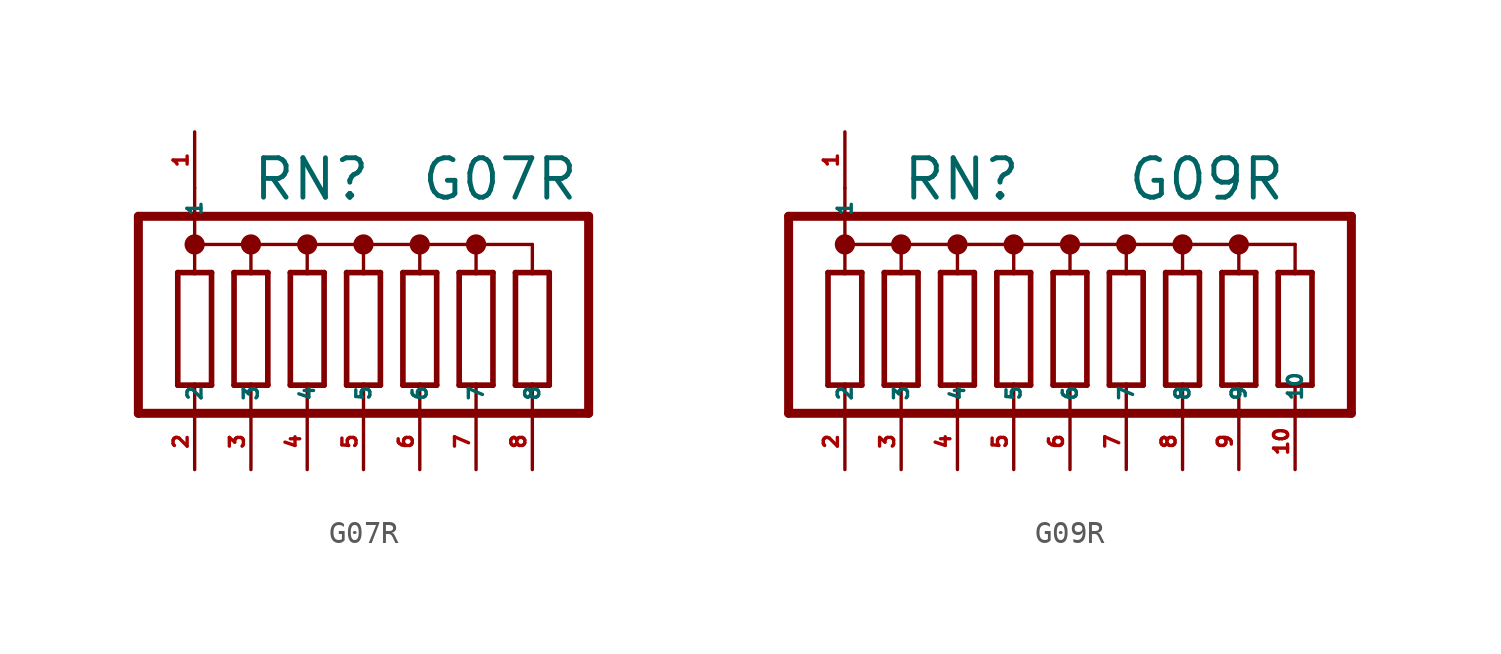
<source format=kicad_sym>
(kicad_symbol_lib
  (version 20220914)
  (generator Eagle2Kicad)
  (symbol "G07R"
    (property "Reference" "RN"
      (at -5.08 6.985 0)
      (effects (font (size 1.778 1.778) (thickness 0.22)) (justify left bottom)))
    (property "Value" "G07R"
      (at 2.54 6.985 0)
      (effects (font (size 1.778 1.778) (thickness 0.22)) (justify left bottom)))
    (polyline
      (pts (xy -6.858 -1.27) (xy -6.858 3.81))
      (stroke (width 0.254) (type default))
      (fill (type none)))
    (polyline
      (pts (xy -8.382 3.81) (xy -8.382 -1.27))
      (stroke (width 0.254) (type default))
      (fill (type none)))
    (polyline
      (pts (xy -6.858 3.81) (xy -7.62 3.81))
      (stroke (width 0.254) (type default))
      (fill (type none)))
    (polyline
      (pts (xy -8.382 -1.27) (xy -7.62 -1.27))
      (stroke (width 0.254) (type default))
      (fill (type none)))
    (polyline
      (pts (xy -7.62 -1.27) (xy -7.62 -2.54))
      (stroke (width 0.152) (type default))
      (fill (type none)))
    (polyline
      (pts (xy -7.62 -1.27) (xy -6.858 -1.27))
      (stroke (width 0.254) (type default))
      (fill (type none)))
    (polyline
      (pts (xy -7.62 5.08) (xy -7.62 3.81))
      (stroke (width 0.152) (type default))
      (fill (type none)))
    (polyline
      (pts (xy -7.62 3.81) (xy -8.382 3.81))
      (stroke (width 0.254) (type default))
      (fill (type none)))
    (polyline
      (pts (xy -7.62 5.08) (xy -5.08 5.08))
      (stroke (width 0.152) (type default))
      (fill (type none)))
    (polyline
      (pts (xy -5.08 5.08) (xy -5.08 3.81))
      (stroke (width 0.152) (type default))
      (fill (type none)))
    (polyline
      (pts (xy -5.08 5.08) (xy -2.54 5.08))
      (stroke (width 0.152) (type default))
      (fill (type none)))
    (polyline
      (pts (xy -2.54 5.08) (xy -2.54 3.81))
      (stroke (width 0.152) (type default))
      (fill (type none)))
    (polyline
      (pts (xy -2.54 5.08) (xy 0 5.08))
      (stroke (width 0.152) (type default))
      (fill (type none)))
    (polyline
      (pts (xy 0 5.08) (xy 0 3.81))
      (stroke (width 0.152) (type default))
      (fill (type none)))
    (polyline
      (pts (xy 0 5.08) (xy 2.54 5.08))
      (stroke (width 0.152) (type default))
      (fill (type none)))
    (polyline
      (pts (xy 2.54 5.08) (xy 2.54 3.81))
      (stroke (width 0.152) (type default))
      (fill (type none)))
    (polyline
      (pts (xy 2.54 -2.54) (xy 2.54 -1.27))
      (stroke (width 0.152) (type default))
      (fill (type none)))
    (polyline
      (pts (xy 0 -2.54) (xy 0 -1.27))
      (stroke (width 0.152) (type default))
      (fill (type none)))
    (polyline
      (pts (xy -2.54 -2.54) (xy -2.54 -1.27))
      (stroke (width 0.152) (type default))
      (fill (type none)))
    (polyline
      (pts (xy -5.08 -2.54) (xy -5.08 -1.27))
      (stroke (width 0.152) (type default))
      (fill (type none)))
    (polyline
      (pts (xy -5.08 -1.27) (xy -4.318 -1.27))
      (stroke (width 0.254) (type default))
      (fill (type none)))
    (polyline
      (pts (xy -5.842 -1.27) (xy -5.08 -1.27))
      (stroke (width 0.254) (type default))
      (fill (type none)))
    (polyline
      (pts (xy -4.318 3.81) (xy -5.08 3.81))
      (stroke (width 0.254) (type default))
      (fill (type none)))
    (polyline
      (pts (xy -5.08 3.81) (xy -5.842 3.81))
      (stroke (width 0.254) (type default))
      (fill (type none)))
    (polyline
      (pts (xy -4.318 -1.27) (xy -4.318 3.81))
      (stroke (width 0.254) (type default))
      (fill (type none)))
    (polyline
      (pts (xy -5.842 3.81) (xy -5.842 -1.27))
      (stroke (width 0.254) (type default))
      (fill (type none)))
    (polyline
      (pts (xy -1.778 -1.27) (xy -1.778 3.81))
      (stroke (width 0.254) (type default))
      (fill (type none)))
    (polyline
      (pts (xy 0.762 -1.27) (xy 0.762 3.81))
      (stroke (width 0.254) (type default))
      (fill (type none)))
    (polyline
      (pts (xy 3.302 -1.27) (xy 3.302 3.81))
      (stroke (width 0.254) (type default))
      (fill (type none)))
    (polyline
      (pts (xy -3.302 3.81) (xy -3.302 -1.27))
      (stroke (width 0.254) (type default))
      (fill (type none)))
    (polyline
      (pts (xy -0.762 3.81) (xy -0.762 -1.27))
      (stroke (width 0.254) (type default))
      (fill (type none)))
    (polyline
      (pts (xy 1.778 3.81) (xy 1.778 -1.27))
      (stroke (width 0.254) (type default))
      (fill (type none)))
    (polyline
      (pts (xy -1.778 3.81) (xy -2.54 3.81))
      (stroke (width 0.254) (type default))
      (fill (type none)))
    (polyline
      (pts (xy 0.762 3.81) (xy 0 3.81))
      (stroke (width 0.254) (type default))
      (fill (type none)))
    (polyline
      (pts (xy 3.302 3.81) (xy 2.54 3.81))
      (stroke (width 0.254) (type default))
      (fill (type none)))
    (polyline
      (pts (xy -2.54 3.81) (xy -3.302 3.81))
      (stroke (width 0.254) (type default))
      (fill (type none)))
    (polyline
      (pts (xy 0 3.81) (xy -0.762 3.81))
      (stroke (width 0.254) (type default))
      (fill (type none)))
    (polyline
      (pts (xy 2.54 3.81) (xy 1.778 3.81))
      (stroke (width 0.254) (type default))
      (fill (type none)))
    (polyline
      (pts (xy -2.54 -1.27) (xy -1.778 -1.27))
      (stroke (width 0.254) (type default))
      (fill (type none)))
    (polyline
      (pts (xy 0 -1.27) (xy 0.762 -1.27))
      (stroke (width 0.254) (type default))
      (fill (type none)))
    (polyline
      (pts (xy 2.54 -1.27) (xy 3.302 -1.27))
      (stroke (width 0.254) (type default))
      (fill (type none)))
    (polyline
      (pts (xy -3.302 -1.27) (xy -2.54 -1.27))
      (stroke (width 0.254) (type default))
      (fill (type none)))
    (polyline
      (pts (xy -0.762 -1.27) (xy 0 -1.27))
      (stroke (width 0.254) (type default))
      (fill (type none)))
    (polyline
      (pts (xy 1.778 -1.27) (xy 2.54 -1.27))
      (stroke (width 0.254) (type default))
      (fill (type none)))
    (polyline
      (pts (xy -10.16 -2.54) (xy -10.16 6.35))
      (stroke (width 0.406) (type default))
      (fill (type none)))
    (polyline
      (pts (xy 5.842 -1.27) (xy 5.842 3.81))
      (stroke (width 0.254) (type default))
      (fill (type none)))
    (polyline
      (pts (xy 4.318 3.81) (xy 4.318 -1.27))
      (stroke (width 0.254) (type default))
      (fill (type none)))
    (polyline
      (pts (xy 5.842 3.81) (xy 5.08 3.81))
      (stroke (width 0.254) (type default))
      (fill (type none)))
    (polyline
      (pts (xy 4.318 -1.27) (xy 5.08 -1.27))
      (stroke (width 0.254) (type default))
      (fill (type none)))
    (polyline
      (pts (xy 5.08 -1.27) (xy 5.08 -2.54))
      (stroke (width 0.152) (type default))
      (fill (type none)))
    (polyline
      (pts (xy 5.08 -1.27) (xy 5.842 -1.27))
      (stroke (width 0.254) (type default))
      (fill (type none)))
    (polyline
      (pts (xy 5.08 5.08) (xy 5.08 3.81))
      (stroke (width 0.152) (type default))
      (fill (type none)))
    (polyline
      (pts (xy 5.08 3.81) (xy 4.318 3.81))
      (stroke (width 0.254) (type default))
      (fill (type none)))
    (polyline
      (pts (xy 5.08 5.08) (xy 7.62 5.08))
      (stroke (width 0.152) (type default))
      (fill (type none)))
    (polyline
      (pts (xy 7.62 5.08) (xy 7.62 3.81))
      (stroke (width 0.152) (type default))
      (fill (type none)))
    (polyline
      (pts (xy 2.54 5.08) (xy 5.08 5.08))
      (stroke (width 0.152) (type default))
      (fill (type none)))
    (polyline
      (pts (xy 7.62 -2.54) (xy 7.62 -1.27))
      (stroke (width 0.152) (type default))
      (fill (type none)))
    (polyline
      (pts (xy 7.62 -1.27) (xy 8.382 -1.27))
      (stroke (width 0.254) (type default))
      (fill (type none)))
    (polyline
      (pts (xy 6.858 -1.27) (xy 7.62 -1.27))
      (stroke (width 0.254) (type default))
      (fill (type none)))
    (polyline
      (pts (xy 8.382 3.81) (xy 7.62 3.81))
      (stroke (width 0.254) (type default))
      (fill (type none)))
    (polyline
      (pts (xy 7.62 3.81) (xy 6.858 3.81))
      (stroke (width 0.254) (type default))
      (fill (type none)))
    (polyline
      (pts (xy 8.382 -1.27) (xy 8.382 3.81))
      (stroke (width 0.254) (type default))
      (fill (type none)))
    (polyline
      (pts (xy 6.858 3.81) (xy 6.858 -1.27))
      (stroke (width 0.254) (type default))
      (fill (type none)))
    (polyline
      (pts (xy 10.16 6.35) (xy 10.16 -2.54))
      (stroke (width 0.406) (type default))
      (fill (type none)))
    (polyline
      (pts (xy -10.16 -2.54) (xy 10.16 -2.54))
      (stroke (width 0.406) (type default))
      (fill (type none)))
    (polyline
      (pts (xy -10.16 6.35) (xy 10.16 6.35))
      (stroke (width 0.406) (type default))
      (fill (type none)))
    (polyline
      (pts (xy -7.62 5.08) (xy -7.62 7.62))
      (stroke (width 0.152) (type default))
      (fill (type none)))
    (circle
      (center 5.08 5.08)
      (radius 0.254)
      (stroke (width 0.406) (type default))
      (fill (type none)))
    (circle
      (center 2.54 5.08)
      (radius 0.254)
      (stroke (width 0.406) (type default))
      (fill (type none)))
    (circle
      (center 0 5.08)
      (radius 0.254)
      (stroke (width 0.406) (type default))
      (fill (type none)))
    (circle
      (center -2.54 5.08)
      (radius 0.254)
      (stroke (width 0.406) (type default))
      (fill (type none)))
    (circle
      (center -5.08 5.08)
      (radius 0.254)
      (stroke (width 0.406) (type default))
      (fill (type none)))
    (circle
      (center -7.62 5.08)
      (radius 0.254)
      (stroke (width 0.406) (type default))
      (fill (type none)))
    (pin passive line
      (at -7.62 10.16 270)
      (length 2.54)
      (name "1" (effects (font (size 0.635 0.635) (thickness 0.08)) (justify left bottom)))
      (number "1" (effects (font (size 0.635 0.635) (thickness 0.08)) (justify left bottom))))
    (pin passive line
      (at -7.62 -5.08 90)
      (length 2.54)
      (name "2" (effects (font (size 0.635 0.635) (thickness 0.08)) (justify left bottom)))
      (number "2" (effects (font (size 0.635 0.635) (thickness 0.08)) (justify left bottom))))
    (pin passive line
      (at -5.08 -5.08 90)
      (length 2.54)
      (name "3" (effects (font (size 0.635 0.635) (thickness 0.08)) (justify left bottom)))
      (number "3" (effects (font (size 0.635 0.635) (thickness 0.08)) (justify left bottom))))
    (pin passive line
      (at -2.54 -5.08 90)
      (length 2.54)
      (name "4" (effects (font (size 0.635 0.635) (thickness 0.08)) (justify left bottom)))
      (number "4" (effects (font (size 0.635 0.635) (thickness 0.08)) (justify left bottom))))
    (pin passive line
      (at 0 -5.08 90)
      (length 2.54)
      (name "5" (effects (font (size 0.635 0.635) (thickness 0.08)) (justify left bottom)))
      (number "5" (effects (font (size 0.635 0.635) (thickness 0.08)) (justify left bottom))))
    (pin passive line
      (at 2.54 -5.08 90)
      (length 2.54)
      (name "6" (effects (font (size 0.635 0.635) (thickness 0.08)) (justify left bottom)))
      (number "6" (effects (font (size 0.635 0.635) (thickness 0.08)) (justify left bottom))))
    (pin passive line
      (at 5.08 -5.08 90)
      (length 2.54)
      (name "7" (effects (font (size 0.635 0.635) (thickness 0.08)) (justify left bottom)))
      (number "7" (effects (font (size 0.635 0.635) (thickness 0.08)) (justify left bottom))))
    (pin passive line
      (at 7.62 -5.08 90)
      (length 2.54)
      (name "8" (effects (font (size 0.635 0.635) (thickness 0.08)) (justify left bottom)))
      (number "8" (effects (font (size 0.635 0.635) (thickness 0.08)) (justify left bottom)))))
  (symbol "G09R"
    (property "Reference" "RN"
      (at -7.62 6.985 0)
      (effects (font (size 1.778 1.778) (thickness 0.22)) (justify left bottom)))
    (property "Value" "G09R"
      (at 2.54 6.985 0)
      (effects (font (size 1.778 1.778) (thickness 0.22)) (justify left bottom)))
    (polyline
      (pts (xy -9.398 -1.27) (xy -9.398 3.81))
      (stroke (width 0.254) (type default))
      (fill (type none)))
    (polyline
      (pts (xy -10.922 3.81) (xy -10.922 -1.27))
      (stroke (width 0.254) (type default))
      (fill (type none)))
    (polyline
      (pts (xy -9.398 3.81) (xy -10.16 3.81))
      (stroke (width 0.254) (type default))
      (fill (type none)))
    (polyline
      (pts (xy -10.922 -1.27) (xy -10.16 -1.27))
      (stroke (width 0.254) (type default))
      (fill (type none)))
    (polyline
      (pts (xy -10.16 -1.27) (xy -10.16 -2.54))
      (stroke (width 0.152) (type default))
      (fill (type none)))
    (polyline
      (pts (xy -10.16 -1.27) (xy -9.398 -1.27))
      (stroke (width 0.254) (type default))
      (fill (type none)))
    (polyline
      (pts (xy -10.16 5.08) (xy -10.16 3.81))
      (stroke (width 0.152) (type default))
      (fill (type none)))
    (polyline
      (pts (xy -10.16 3.81) (xy -10.922 3.81))
      (stroke (width 0.254) (type default))
      (fill (type none)))
    (polyline
      (pts (xy -10.16 5.08) (xy -7.62 5.08))
      (stroke (width 0.152) (type default))
      (fill (type none)))
    (polyline
      (pts (xy -7.62 5.08) (xy -7.62 3.81))
      (stroke (width 0.152) (type default))
      (fill (type none)))
    (polyline
      (pts (xy -7.62 5.08) (xy -5.08 5.08))
      (stroke (width 0.152) (type default))
      (fill (type none)))
    (polyline
      (pts (xy -5.08 5.08) (xy -5.08 3.81))
      (stroke (width 0.152) (type default))
      (fill (type none)))
    (polyline
      (pts (xy -5.08 5.08) (xy -2.54 5.08))
      (stroke (width 0.152) (type default))
      (fill (type none)))
    (polyline
      (pts (xy -2.54 5.08) (xy -2.54 3.81))
      (stroke (width 0.152) (type default))
      (fill (type none)))
    (polyline
      (pts (xy -2.54 5.08) (xy 0 5.08))
      (stroke (width 0.152) (type default))
      (fill (type none)))
    (polyline
      (pts (xy 0 5.08) (xy 0 3.81))
      (stroke (width 0.152) (type default))
      (fill (type none)))
    (polyline
      (pts (xy 0 -2.54) (xy 0 -1.27))
      (stroke (width 0.152) (type default))
      (fill (type none)))
    (polyline
      (pts (xy -2.54 -2.54) (xy -2.54 -1.27))
      (stroke (width 0.152) (type default))
      (fill (type none)))
    (polyline
      (pts (xy -5.08 -2.54) (xy -5.08 -1.27))
      (stroke (width 0.152) (type default))
      (fill (type none)))
    (polyline
      (pts (xy -7.62 -2.54) (xy -7.62 -1.27))
      (stroke (width 0.152) (type default))
      (fill (type none)))
    (polyline
      (pts (xy -7.62 -1.27) (xy -6.858 -1.27))
      (stroke (width 0.254) (type default))
      (fill (type none)))
    (polyline
      (pts (xy -8.382 -1.27) (xy -7.62 -1.27))
      (stroke (width 0.254) (type default))
      (fill (type none)))
    (polyline
      (pts (xy -6.858 3.81) (xy -7.62 3.81))
      (stroke (width 0.254) (type default))
      (fill (type none)))
    (polyline
      (pts (xy -7.62 3.81) (xy -8.382 3.81))
      (stroke (width 0.254) (type default))
      (fill (type none)))
    (polyline
      (pts (xy -6.858 -1.27) (xy -6.858 3.81))
      (stroke (width 0.254) (type default))
      (fill (type none)))
    (polyline
      (pts (xy -8.382 3.81) (xy -8.382 -1.27))
      (stroke (width 0.254) (type default))
      (fill (type none)))
    (polyline
      (pts (xy -4.318 -1.27) (xy -4.318 3.81))
      (stroke (width 0.254) (type default))
      (fill (type none)))
    (polyline
      (pts (xy -1.778 -1.27) (xy -1.778 3.81))
      (stroke (width 0.254) (type default))
      (fill (type none)))
    (polyline
      (pts (xy 0.762 -1.27) (xy 0.762 3.81))
      (stroke (width 0.254) (type default))
      (fill (type none)))
    (polyline
      (pts (xy -5.842 3.81) (xy -5.842 -1.27))
      (stroke (width 0.254) (type default))
      (fill (type none)))
    (polyline
      (pts (xy -3.302 3.81) (xy -3.302 -1.27))
      (stroke (width 0.254) (type default))
      (fill (type none)))
    (polyline
      (pts (xy -0.762 3.81) (xy -0.762 -1.27))
      (stroke (width 0.254) (type default))
      (fill (type none)))
    (polyline
      (pts (xy -4.318 3.81) (xy -5.08 3.81))
      (stroke (width 0.254) (type default))
      (fill (type none)))
    (polyline
      (pts (xy -1.778 3.81) (xy -2.54 3.81))
      (stroke (width 0.254) (type default))
      (fill (type none)))
    (polyline
      (pts (xy 0.762 3.81) (xy 0 3.81))
      (stroke (width 0.254) (type default))
      (fill (type none)))
    (polyline
      (pts (xy -5.08 3.81) (xy -5.842 3.81))
      (stroke (width 0.254) (type default))
      (fill (type none)))
    (polyline
      (pts (xy -2.54 3.81) (xy -3.302 3.81))
      (stroke (width 0.254) (type default))
      (fill (type none)))
    (polyline
      (pts (xy 0 3.81) (xy -0.762 3.81))
      (stroke (width 0.254) (type default))
      (fill (type none)))
    (polyline
      (pts (xy -5.08 -1.27) (xy -4.318 -1.27))
      (stroke (width 0.254) (type default))
      (fill (type none)))
    (polyline
      (pts (xy -2.54 -1.27) (xy -1.778 -1.27))
      (stroke (width 0.254) (type default))
      (fill (type none)))
    (polyline
      (pts (xy 0 -1.27) (xy 0.762 -1.27))
      (stroke (width 0.254) (type default))
      (fill (type none)))
    (polyline
      (pts (xy -5.842 -1.27) (xy -5.08 -1.27))
      (stroke (width 0.254) (type default))
      (fill (type none)))
    (polyline
      (pts (xy -3.302 -1.27) (xy -2.54 -1.27))
      (stroke (width 0.254) (type default))
      (fill (type none)))
    (polyline
      (pts (xy -0.762 -1.27) (xy 0 -1.27))
      (stroke (width 0.254) (type default))
      (fill (type none)))
    (polyline
      (pts (xy -12.7 -2.54) (xy -12.7 6.35))
      (stroke (width 0.406) (type default))
      (fill (type none)))
    (polyline
      (pts (xy 3.302 -1.27) (xy 3.302 3.81))
      (stroke (width 0.254) (type default))
      (fill (type none)))
    (polyline
      (pts (xy 1.778 3.81) (xy 1.778 -1.27))
      (stroke (width 0.254) (type default))
      (fill (type none)))
    (polyline
      (pts (xy 3.302 3.81) (xy 2.54 3.81))
      (stroke (width 0.254) (type default))
      (fill (type none)))
    (polyline
      (pts (xy 1.778 -1.27) (xy 2.54 -1.27))
      (stroke (width 0.254) (type default))
      (fill (type none)))
    (polyline
      (pts (xy 2.54 -1.27) (xy 2.54 -2.54))
      (stroke (width 0.152) (type default))
      (fill (type none)))
    (polyline
      (pts (xy 2.54 -1.27) (xy 3.302 -1.27))
      (stroke (width 0.254) (type default))
      (fill (type none)))
    (polyline
      (pts (xy 2.54 5.08) (xy 2.54 3.81))
      (stroke (width 0.152) (type default))
      (fill (type none)))
    (polyline
      (pts (xy 2.54 3.81) (xy 1.778 3.81))
      (stroke (width 0.254) (type default))
      (fill (type none)))
    (polyline
      (pts (xy 2.54 5.08) (xy 5.08 5.08))
      (stroke (width 0.152) (type default))
      (fill (type none)))
    (polyline
      (pts (xy 5.08 5.08) (xy 5.08 3.81))
      (stroke (width 0.152) (type default))
      (fill (type none)))
    (polyline
      (pts (xy 5.08 5.08) (xy 7.62 5.08))
      (stroke (width 0.152) (type default))
      (fill (type none)))
    (polyline
      (pts (xy 7.62 5.08) (xy 7.62 3.81))
      (stroke (width 0.152) (type default))
      (fill (type none)))
    (polyline
      (pts (xy 7.62 5.08) (xy 10.16 5.08))
      (stroke (width 0.152) (type default))
      (fill (type none)))
    (polyline
      (pts (xy 10.16 5.08) (xy 10.16 3.81))
      (stroke (width 0.152) (type default))
      (fill (type none)))
    (polyline
      (pts (xy 10.16 -2.54) (xy 10.16 -1.27))
      (stroke (width 0.152) (type default))
      (fill (type none)))
    (polyline
      (pts (xy 7.62 -2.54) (xy 7.62 -1.27))
      (stroke (width 0.152) (type default))
      (fill (type none)))
    (polyline
      (pts (xy 5.08 -2.54) (xy 5.08 -1.27))
      (stroke (width 0.152) (type default))
      (fill (type none)))
    (polyline
      (pts (xy 5.08 -1.27) (xy 5.842 -1.27))
      (stroke (width 0.254) (type default))
      (fill (type none)))
    (polyline
      (pts (xy 4.318 -1.27) (xy 5.08 -1.27))
      (stroke (width 0.254) (type default))
      (fill (type none)))
    (polyline
      (pts (xy 5.842 3.81) (xy 5.08 3.81))
      (stroke (width 0.254) (type default))
      (fill (type none)))
    (polyline
      (pts (xy 5.08 3.81) (xy 4.318 3.81))
      (stroke (width 0.254) (type default))
      (fill (type none)))
    (polyline
      (pts (xy 5.842 -1.27) (xy 5.842 3.81))
      (stroke (width 0.254) (type default))
      (fill (type none)))
    (polyline
      (pts (xy 4.318 3.81) (xy 4.318 -1.27))
      (stroke (width 0.254) (type default))
      (fill (type none)))
    (polyline
      (pts (xy 8.382 -1.27) (xy 8.382 3.81))
      (stroke (width 0.254) (type default))
      (fill (type none)))
    (polyline
      (pts (xy 10.922 -1.27) (xy 10.922 3.81))
      (stroke (width 0.254) (type default))
      (fill (type none)))
    (polyline
      (pts (xy 6.858 3.81) (xy 6.858 -1.27))
      (stroke (width 0.254) (type default))
      (fill (type none)))
    (polyline
      (pts (xy 9.398 3.81) (xy 9.398 -1.27))
      (stroke (width 0.254) (type default))
      (fill (type none)))
    (polyline
      (pts (xy 8.382 3.81) (xy 7.62 3.81))
      (stroke (width 0.254) (type default))
      (fill (type none)))
    (polyline
      (pts (xy 10.922 3.81) (xy 10.16 3.81))
      (stroke (width 0.254) (type default))
      (fill (type none)))
    (polyline
      (pts (xy 7.62 3.81) (xy 6.858 3.81))
      (stroke (width 0.254) (type default))
      (fill (type none)))
    (polyline
      (pts (xy 10.16 3.81) (xy 9.398 3.81))
      (stroke (width 0.254) (type default))
      (fill (type none)))
    (polyline
      (pts (xy 7.62 -1.27) (xy 8.382 -1.27))
      (stroke (width 0.254) (type default))
      (fill (type none)))
    (polyline
      (pts (xy 10.16 -1.27) (xy 10.922 -1.27))
      (stroke (width 0.254) (type default))
      (fill (type none)))
    (polyline
      (pts (xy 6.858 -1.27) (xy 7.62 -1.27))
      (stroke (width 0.254) (type default))
      (fill (type none)))
    (polyline
      (pts (xy 9.398 -1.27) (xy 10.16 -1.27))
      (stroke (width 0.254) (type default))
      (fill (type none)))
    (polyline
      (pts (xy -12.7 6.35) (xy 12.7 6.35))
      (stroke (width 0.406) (type default))
      (fill (type none)))
    (polyline
      (pts (xy 12.7 6.35) (xy 12.7 -2.54))
      (stroke (width 0.406) (type default))
      (fill (type none)))
    (polyline
      (pts (xy -12.7 -2.54) (xy 12.7 -2.54))
      (stroke (width 0.406) (type default))
      (fill (type none)))
    (polyline
      (pts (xy 0 5.08) (xy 2.54 5.08))
      (stroke (width 0.152) (type default))
      (fill (type none)))
    (polyline
      (pts (xy -10.16 7.62) (xy -10.16 5.08))
      (stroke (width 0.152) (type default))
      (fill (type none)))
    (circle
      (center 7.62 5.08)
      (radius 0.254)
      (stroke (width 0.406) (type default))
      (fill (type none)))
    (circle
      (center 5.08 5.08)
      (radius 0.254)
      (stroke (width 0.406) (type default))
      (fill (type none)))
    (circle
      (center 2.54 5.08)
      (radius 0.254)
      (stroke (width 0.406) (type default))
      (fill (type none)))
    (circle
      (center 0 5.08)
      (radius 0.254)
      (stroke (width 0.406) (type default))
      (fill (type none)))
    (circle
      (center -2.54 5.08)
      (radius 0.254)
      (stroke (width 0.406) (type default))
      (fill (type none)))
    (circle
      (center -5.08 5.08)
      (radius 0.254)
      (stroke (width 0.406) (type default))
      (fill (type none)))
    (circle
      (center -7.62 5.08)
      (radius 0.254)
      (stroke (width 0.406) (type default))
      (fill (type none)))
    (circle
      (center -10.16 5.08)
      (radius 0.254)
      (stroke (width 0.406) (type default))
      (fill (type none)))
    (pin passive line
      (at -10.16 10.16 270)
      (length 2.54)
      (name "1" (effects (font (size 0.635 0.635) (thickness 0.08)) (justify left bottom)))
      (number "1" (effects (font (size 0.635 0.635) (thickness 0.08)) (justify left bottom))))
    (pin passive line
      (at -10.16 -5.08 90)
      (length 2.54)
      (name "2" (effects (font (size 0.635 0.635) (thickness 0.08)) (justify left bottom)))
      (number "2" (effects (font (size 0.635 0.635) (thickness 0.08)) (justify left bottom))))
    (pin passive line
      (at -7.62 -5.08 90)
      (length 2.54)
      (name "3" (effects (font (size 0.635 0.635) (thickness 0.08)) (justify left bottom)))
      (number "3" (effects (font (size 0.635 0.635) (thickness 0.08)) (justify left bottom))))
    (pin passive line
      (at -5.08 -5.08 90)
      (length 2.54)
      (name "4" (effects (font (size 0.635 0.635) (thickness 0.08)) (justify left bottom)))
      (number "4" (effects (font (size 0.635 0.635) (thickness 0.08)) (justify left bottom))))
    (pin passive line
      (at -2.54 -5.08 90)
      (length 2.54)
      (name "5" (effects (font (size 0.635 0.635) (thickness 0.08)) (justify left bottom)))
      (number "5" (effects (font (size 0.635 0.635) (thickness 0.08)) (justify left bottom))))
    (pin passive line
      (at 0 -5.08 90)
      (length 2.54)
      (name "6" (effects (font (size 0.635 0.635) (thickness 0.08)) (justify left bottom)))
      (number "6" (effects (font (size 0.635 0.635) (thickness 0.08)) (justify left bottom))))
    (pin passive line
      (at 2.54 -5.08 90)
      (length 2.54)
      (name "7" (effects (font (size 0.635 0.635) (thickness 0.08)) (justify left bottom)))
      (number "7" (effects (font (size 0.635 0.635) (thickness 0.08)) (justify left bottom))))
    (pin passive line
      (at 5.08 -5.08 90)
      (length 2.54)
      (name "8" (effects (font (size 0.635 0.635) (thickness 0.08)) (justify left bottom)))
      (number "8" (effects (font (size 0.635 0.635) (thickness 0.08)) (justify left bottom))))
    (pin passive line
      (at 7.62 -5.08 90)
      (length 2.54)
      (name "9" (effects (font (size 0.635 0.635) (thickness 0.08)) (justify left bottom)))
      (number "9" (effects (font (size 0.635 0.635) (thickness 0.08)) (justify left bottom))))
    (pin passive line
      (at 10.16 -5.08 90)
      (length 2.54)
      (name "10" (effects (font (size 0.635 0.635) (thickness 0.08)) (justify left bottom)))
      (number "10" (effects (font (size 0.635 0.635) (thickness 0.08)) (justify left bottom))))))
</source>
